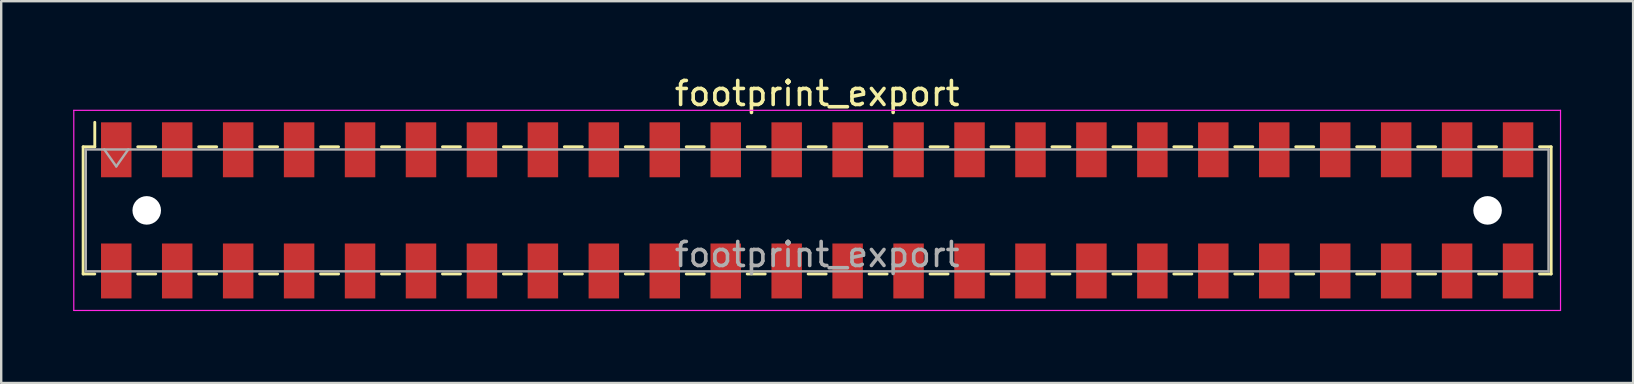
<source format=kicad_pcb>
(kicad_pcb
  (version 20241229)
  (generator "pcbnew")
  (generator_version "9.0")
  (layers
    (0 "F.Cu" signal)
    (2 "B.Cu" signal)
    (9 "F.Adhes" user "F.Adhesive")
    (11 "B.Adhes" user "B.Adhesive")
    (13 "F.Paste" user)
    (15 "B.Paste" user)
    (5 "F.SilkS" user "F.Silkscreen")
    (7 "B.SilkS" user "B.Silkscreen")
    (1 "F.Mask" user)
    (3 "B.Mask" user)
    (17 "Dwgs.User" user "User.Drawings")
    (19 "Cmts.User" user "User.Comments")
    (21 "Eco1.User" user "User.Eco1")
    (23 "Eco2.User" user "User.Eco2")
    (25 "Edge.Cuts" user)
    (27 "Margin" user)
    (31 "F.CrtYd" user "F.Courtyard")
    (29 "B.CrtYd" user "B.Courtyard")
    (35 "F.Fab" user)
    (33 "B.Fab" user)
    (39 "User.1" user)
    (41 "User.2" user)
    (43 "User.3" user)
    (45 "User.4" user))
  (footprint "footprint_export"
    (layer "F.Cu")
    (at 31.005 5.718)
    (property "Reference" "footprint_export" (at 0 -4.87 0) (layer "F.SilkS") (effects (font (size 1 1) (thickness 0.15))))
    (attr smd)
    (fp_line (start -30.59 -2.65) (end -30.59 2.65) (stroke (width 0.12) (type solid)) (layer "F.SilkS"))
    (fp_line (start -30.59 2.65) (end -30.105 2.65) (stroke (width 0.12) (type solid)) (layer "F.SilkS"))
    (fp_line (start -30.105 -3.67) (end -30.105 -2.65) (stroke (width 0.12) (type solid)) (layer "F.SilkS"))
    (fp_line (start -30.105 -2.65) (end -30.59 -2.65) (stroke (width 0.12) (type solid)) (layer "F.SilkS"))
    (fp_line (start -28.315 -2.65) (end -27.565 -2.65) (stroke (width 0.12) (type solid)) (layer "F.SilkS"))
    (fp_line (start -28.315 2.65) (end -27.565 2.65) (stroke (width 0.12) (type solid)) (layer "F.SilkS"))
    (fp_line (start -25.775 -2.65) (end -25.025 -2.65) (stroke (width 0.12) (type solid)) (layer "F.SilkS"))
    (fp_line (start -25.775 2.65) (end -25.025 2.65) (stroke (width 0.12) (type solid)) (layer "F.SilkS"))
    (fp_line (start -23.235 -2.65) (end -22.485 -2.65) (stroke (width 0.12) (type solid)) (layer "F.SilkS"))
    (fp_line (start -23.235 2.65) (end -22.485 2.65) (stroke (width 0.12) (type solid)) (layer "F.SilkS"))
    (fp_line (start -20.695 -2.65) (end -19.945 -2.65) (stroke (width 0.12) (type solid)) (layer "F.SilkS"))
    (fp_line (start -20.695 2.65) (end -19.945 2.65) (stroke (width 0.12) (type solid)) (layer "F.SilkS"))
    (fp_line (start -18.155 -2.65) (end -17.405 -2.65) (stroke (width 0.12) (type solid)) (layer "F.SilkS"))
    (fp_line (start -18.155 2.65) (end -17.405 2.65) (stroke (width 0.12) (type solid)) (layer "F.SilkS"))
    (fp_line (start -15.615 -2.65) (end -14.865 -2.65) (stroke (width 0.12) (type solid)) (layer "F.SilkS"))
    (fp_line (start -15.615 2.65) (end -14.865 2.65) (stroke (width 0.12) (type solid)) (layer "F.SilkS"))
    (fp_line (start -13.075 -2.65) (end -12.325 -2.65) (stroke (width 0.12) (type solid)) (layer "F.SilkS"))
    (fp_line (start -13.075 2.65) (end -12.325 2.65) (stroke (width 0.12) (type solid)) (layer "F.SilkS"))
    (fp_line (start -10.535 -2.65) (end -9.785 -2.65) (stroke (width 0.12) (type solid)) (layer "F.SilkS"))
    (fp_line (start -10.535 2.65) (end -9.785 2.65) (stroke (width 0.12) (type solid)) (layer "F.SilkS"))
    (fp_line (start -7.995 -2.65) (end -7.245 -2.65) (stroke (width 0.12) (type solid)) (layer "F.SilkS"))
    (fp_line (start -7.995 2.65) (end -7.245 2.65) (stroke (width 0.12) (type solid)) (layer "F.SilkS"))
    (fp_line (start -5.455 -2.65) (end -4.705 -2.65) (stroke (width 0.12) (type solid)) (layer "F.SilkS"))
    (fp_line (start -5.455 2.65) (end -4.705 2.65) (stroke (width 0.12) (type solid)) (layer "F.SilkS"))
    (fp_line (start -2.915 -2.65) (end -2.165 -2.65) (stroke (width 0.12) (type solid)) (layer "F.SilkS"))
    (fp_line (start -2.915 2.65) (end -2.165 2.65) (stroke (width 0.12) (type solid)) (layer "F.SilkS"))
    (fp_line (start -0.375 -2.65) (end 0.375 -2.65) (stroke (width 0.12) (type solid)) (layer "F.SilkS"))
    (fp_line (start -0.375 2.65) (end 0.375 2.65) (stroke (width 0.12) (type solid)) (layer "F.SilkS"))
    (fp_line (start 2.165 -2.65) (end 2.915 -2.65) (stroke (width 0.12) (type solid)) (layer "F.SilkS"))
    (fp_line (start 2.165 2.65) (end 2.915 2.65) (stroke (width 0.12) (type solid)) (layer "F.SilkS"))
    (fp_line (start 4.705 -2.65) (end 5.455 -2.65) (stroke (width 0.12) (type solid)) (layer "F.SilkS"))
    (fp_line (start 4.705 2.65) (end 5.455 2.65) (stroke (width 0.12) (type solid)) (layer "F.SilkS"))
    (fp_line (start 7.245 -2.65) (end 7.995 -2.65) (stroke (width 0.12) (type solid)) (layer "F.SilkS"))
    (fp_line (start 7.245 2.65) (end 7.995 2.65) (stroke (width 0.12) (type solid)) (layer "F.SilkS"))
    (fp_line (start 9.785 -2.65) (end 10.535 -2.65) (stroke (width 0.12) (type solid)) (layer "F.SilkS"))
    (fp_line (start 9.785 2.65) (end 10.535 2.65) (stroke (width 0.12) (type solid)) (layer "F.SilkS"))
    (fp_line (start 12.325 -2.65) (end 13.075 -2.65) (stroke (width 0.12) (type solid)) (layer "F.SilkS"))
    (fp_line (start 12.325 2.65) (end 13.075 2.65) (stroke (width 0.12) (type solid)) (layer "F.SilkS"))
    (fp_line (start 14.865 -2.65) (end 15.615 -2.65) (stroke (width 0.12) (type solid)) (layer "F.SilkS"))
    (fp_line (start 14.865 2.65) (end 15.615 2.65) (stroke (width 0.12) (type solid)) (layer "F.SilkS"))
    (fp_line (start 17.405 -2.65) (end 18.155 -2.65) (stroke (width 0.12) (type solid)) (layer "F.SilkS"))
    (fp_line (start 17.405 2.65) (end 18.155 2.65) (stroke (width 0.12) (type solid)) (layer "F.SilkS"))
    (fp_line (start 19.945 -2.65) (end 20.695 -2.65) (stroke (width 0.12) (type solid)) (layer "F.SilkS"))
    (fp_line (start 19.945 2.65) (end 20.695 2.65) (stroke (width 0.12) (type solid)) (layer "F.SilkS"))
    (fp_line (start 22.485 -2.65) (end 23.235 -2.65) (stroke (width 0.12) (type solid)) (layer "F.SilkS"))
    (fp_line (start 22.485 2.65) (end 23.235 2.65) (stroke (width 0.12) (type solid)) (layer "F.SilkS"))
    (fp_line (start 25.025 -2.65) (end 25.775 -2.65) (stroke (width 0.12) (type solid)) (layer "F.SilkS"))
    (fp_line (start 25.025 2.65) (end 25.775 2.65) (stroke (width 0.12) (type solid)) (layer "F.SilkS"))
    (fp_line (start 27.565 -2.65) (end 28.315 -2.65) (stroke (width 0.12) (type solid)) (layer "F.SilkS"))
    (fp_line (start 27.565 2.65) (end 28.315 2.65) (stroke (width 0.12) (type solid)) (layer "F.SilkS"))
    (fp_line (start 30.105 -2.65) (end 30.59 -2.65) (stroke (width 0.12) (type solid)) (layer "F.SilkS"))
    (fp_line (start 30.59 -2.65) (end 30.59 2.65) (stroke (width 0.12) (type solid)) (layer "F.SilkS"))
    (fp_line (start 30.59 2.65) (end 30.105 2.65) (stroke (width 0.12) (type solid)) (layer "F.SilkS"))
    (fp_line (start -30.98 -4.17) (end 30.98 -4.17) (stroke (width 0.05) (type solid)) (layer "F.CrtYd"))
    (fp_line (start -30.98 4.17) (end -30.98 -4.17) (stroke (width 0.05) (type solid)) (layer "F.CrtYd"))
    (fp_line (start 30.98 -4.17) (end 30.98 4.17) (stroke (width 0.05) (type solid)) (layer "F.CrtYd"))
    (fp_line (start 30.98 4.17) (end -30.98 4.17) (stroke (width 0.05) (type solid)) (layer "F.CrtYd"))
    (fp_line (start -30.48 -2.54) (end 30.48 -2.54) (stroke (width 0.1) (type solid)) (layer "F.Fab"))
    (fp_line (start -30.48 2.54) (end -30.48 -2.54) (stroke (width 0.1) (type solid)) (layer "F.Fab"))
    (fp_line (start -29.71 -2.54) (end -29.21 -1.833) (stroke (width 0.1) (type solid)) (layer "F.Fab"))
    (fp_line (start -29.21 -1.833) (end -28.71 -2.54) (stroke (width 0.1) (type solid)) (layer "F.Fab"))
    (fp_line (start 30.48 -2.54) (end 30.48 2.54) (stroke (width 0.1) (type solid)) (layer "F.Fab"))
    (fp_line (start 30.48 2.54) (end -30.48 2.54) (stroke (width 0.1) (type solid)) (layer "F.Fab"))
    (fp_text user "${REFERENCE}" (at 0 1.84 0) (layer "F.Fab") (effects (font (size 1 1) (thickness 0.15))))
    (pad "" np_thru_hole circle (at -27.94 0) (size 1.19 1.19) (drill 1.19) (layers "*.Cu" "*.Mask"))
    (pad "" np_thru_hole circle (at 27.94 0) (size 1.19 1.19) (drill 1.19) (layers "*.Cu" "*.Mask"))
    (pad "1" smd rect (at -29.21 -2.525) (size 1.27 2.29) (layers "F.Cu" "F.Mask" "F.Paste"))
    (pad "2" smd rect (at -29.21 2.525) (size 1.27 2.29) (layers "F.Cu" "F.Mask" "F.Paste"))
    (pad "3" smd rect (at -26.67 -2.525) (size 1.27 2.29) (layers "F.Cu" "F.Mask" "F.Paste"))
    (pad "4" smd rect (at -26.67 2.525) (size 1.27 2.29) (layers "F.Cu" "F.Mask" "F.Paste"))
    (pad "5" smd rect (at -24.13 -2.525) (size 1.27 2.29) (layers "F.Cu" "F.Mask" "F.Paste"))
    (pad "6" smd rect (at -24.13 2.525) (size 1.27 2.29) (layers "F.Cu" "F.Mask" "F.Paste"))
    (pad "7" smd rect (at -21.59 -2.525) (size 1.27 2.29) (layers "F.Cu" "F.Mask" "F.Paste"))
    (pad "8" smd rect (at -21.59 2.525) (size 1.27 2.29) (layers "F.Cu" "F.Mask" "F.Paste"))
    (pad "9" smd rect (at -19.05 -2.525) (size 1.27 2.29) (layers "F.Cu" "F.Mask" "F.Paste"))
    (pad "10" smd rect (at -19.05 2.525) (size 1.27 2.29) (layers "F.Cu" "F.Mask" "F.Paste"))
    (pad "11" smd rect (at -16.51 -2.525) (size 1.27 2.29) (layers "F.Cu" "F.Mask" "F.Paste"))
    (pad "12" smd rect (at -16.51 2.525) (size 1.27 2.29) (layers "F.Cu" "F.Mask" "F.Paste"))
    (pad "13" smd rect (at -13.97 -2.525) (size 1.27 2.29) (layers "F.Cu" "F.Mask" "F.Paste"))
    (pad "14" smd rect (at -13.97 2.525) (size 1.27 2.29) (layers "F.Cu" "F.Mask" "F.Paste"))
    (pad "15" smd rect (at -11.43 -2.525) (size 1.27 2.29) (layers "F.Cu" "F.Mask" "F.Paste"))
    (pad "16" smd rect (at -11.43 2.525) (size 1.27 2.29) (layers "F.Cu" "F.Mask" "F.Paste"))
    (pad "17" smd rect (at -8.89 -2.525) (size 1.27 2.29) (layers "F.Cu" "F.Mask" "F.Paste"))
    (pad "18" smd rect (at -8.89 2.525) (size 1.27 2.29) (layers "F.Cu" "F.Mask" "F.Paste"))
    (pad "19" smd rect (at -6.35 -2.525) (size 1.27 2.29) (layers "F.Cu" "F.Mask" "F.Paste"))
    (pad "20" smd rect (at -6.35 2.525) (size 1.27 2.29) (layers "F.Cu" "F.Mask" "F.Paste"))
    (pad "21" smd rect (at -3.81 -2.525) (size 1.27 2.29) (layers "F.Cu" "F.Mask" "F.Paste"))
    (pad "22" smd rect (at -3.81 2.525) (size 1.27 2.29) (layers "F.Cu" "F.Mask" "F.Paste"))
    (pad "23" smd rect (at -1.27 -2.525) (size 1.27 2.29) (layers "F.Cu" "F.Mask" "F.Paste"))
    (pad "24" smd rect (at -1.27 2.525) (size 1.27 2.29) (layers "F.Cu" "F.Mask" "F.Paste"))
    (pad "25" smd rect (at 1.27 -2.525) (size 1.27 2.29) (layers "F.Cu" "F.Mask" "F.Paste"))
    (pad "26" smd rect (at 1.27 2.525) (size 1.27 2.29) (layers "F.Cu" "F.Mask" "F.Paste"))
    (pad "27" smd rect (at 3.81 -2.525) (size 1.27 2.29) (layers "F.Cu" "F.Mask" "F.Paste"))
    (pad "28" smd rect (at 3.81 2.525) (size 1.27 2.29) (layers "F.Cu" "F.Mask" "F.Paste"))
    (pad "29" smd rect (at 6.35 -2.525) (size 1.27 2.29) (layers "F.Cu" "F.Mask" "F.Paste"))
    (pad "30" smd rect (at 6.35 2.525) (size 1.27 2.29) (layers "F.Cu" "F.Mask" "F.Paste"))
    (pad "31" smd rect (at 8.89 -2.525) (size 1.27 2.29) (layers "F.Cu" "F.Mask" "F.Paste"))
    (pad "32" smd rect (at 8.89 2.525) (size 1.27 2.29) (layers "F.Cu" "F.Mask" "F.Paste"))
    (pad "33" smd rect (at 11.43 -2.525) (size 1.27 2.29) (layers "F.Cu" "F.Mask" "F.Paste"))
    (pad "34" smd rect (at 11.43 2.525) (size 1.27 2.29) (layers "F.Cu" "F.Mask" "F.Paste"))
    (pad "35" smd rect (at 13.97 -2.525) (size 1.27 2.29) (layers "F.Cu" "F.Mask" "F.Paste"))
    (pad "36" smd rect (at 13.97 2.525) (size 1.27 2.29) (layers "F.Cu" "F.Mask" "F.Paste"))
    (pad "37" smd rect (at 16.51 -2.525) (size 1.27 2.29) (layers "F.Cu" "F.Mask" "F.Paste"))
    (pad "38" smd rect (at 16.51 2.525) (size 1.27 2.29) (layers "F.Cu" "F.Mask" "F.Paste"))
    (pad "39" smd rect (at 19.05 -2.525) (size 1.27 2.29) (layers "F.Cu" "F.Mask" "F.Paste"))
    (pad "40" smd rect (at 19.05 2.525) (size 1.27 2.29) (layers "F.Cu" "F.Mask" "F.Paste"))
    (pad "41" smd rect (at 21.59 -2.525) (size 1.27 2.29) (layers "F.Cu" "F.Mask" "F.Paste"))
    (pad "42" smd rect (at 21.59 2.525) (size 1.27 2.29) (layers "F.Cu" "F.Mask" "F.Paste"))
    (pad "43" smd rect (at 24.13 -2.525) (size 1.27 2.29) (layers "F.Cu" "F.Mask" "F.Paste"))
    (pad "44" smd rect (at 24.13 2.525) (size 1.27 2.29) (layers "F.Cu" "F.Mask" "F.Paste"))
    (pad "45" smd rect (at 26.67 -2.525) (size 1.27 2.29) (layers "F.Cu" "F.Mask" "F.Paste"))
    (pad "46" smd rect (at 26.67 2.525) (size 1.27 2.29) (layers "F.Cu" "F.Mask" "F.Paste"))
    (pad "47" smd rect (at 29.21 -2.525) (size 1.27 2.29) (layers "F.Cu" "F.Mask" "F.Paste"))
    (pad "48" smd rect (at 29.21 2.525) (size 1.27 2.29) (layers "F.Cu" "F.Mask" "F.Paste")))
  (gr_rect
    (start -3 -3)
    (end 65.01 12.913)
    (stroke (width 0.1) (type default))
    (fill no)
    (layer "Edge.Cuts")))
</source>
